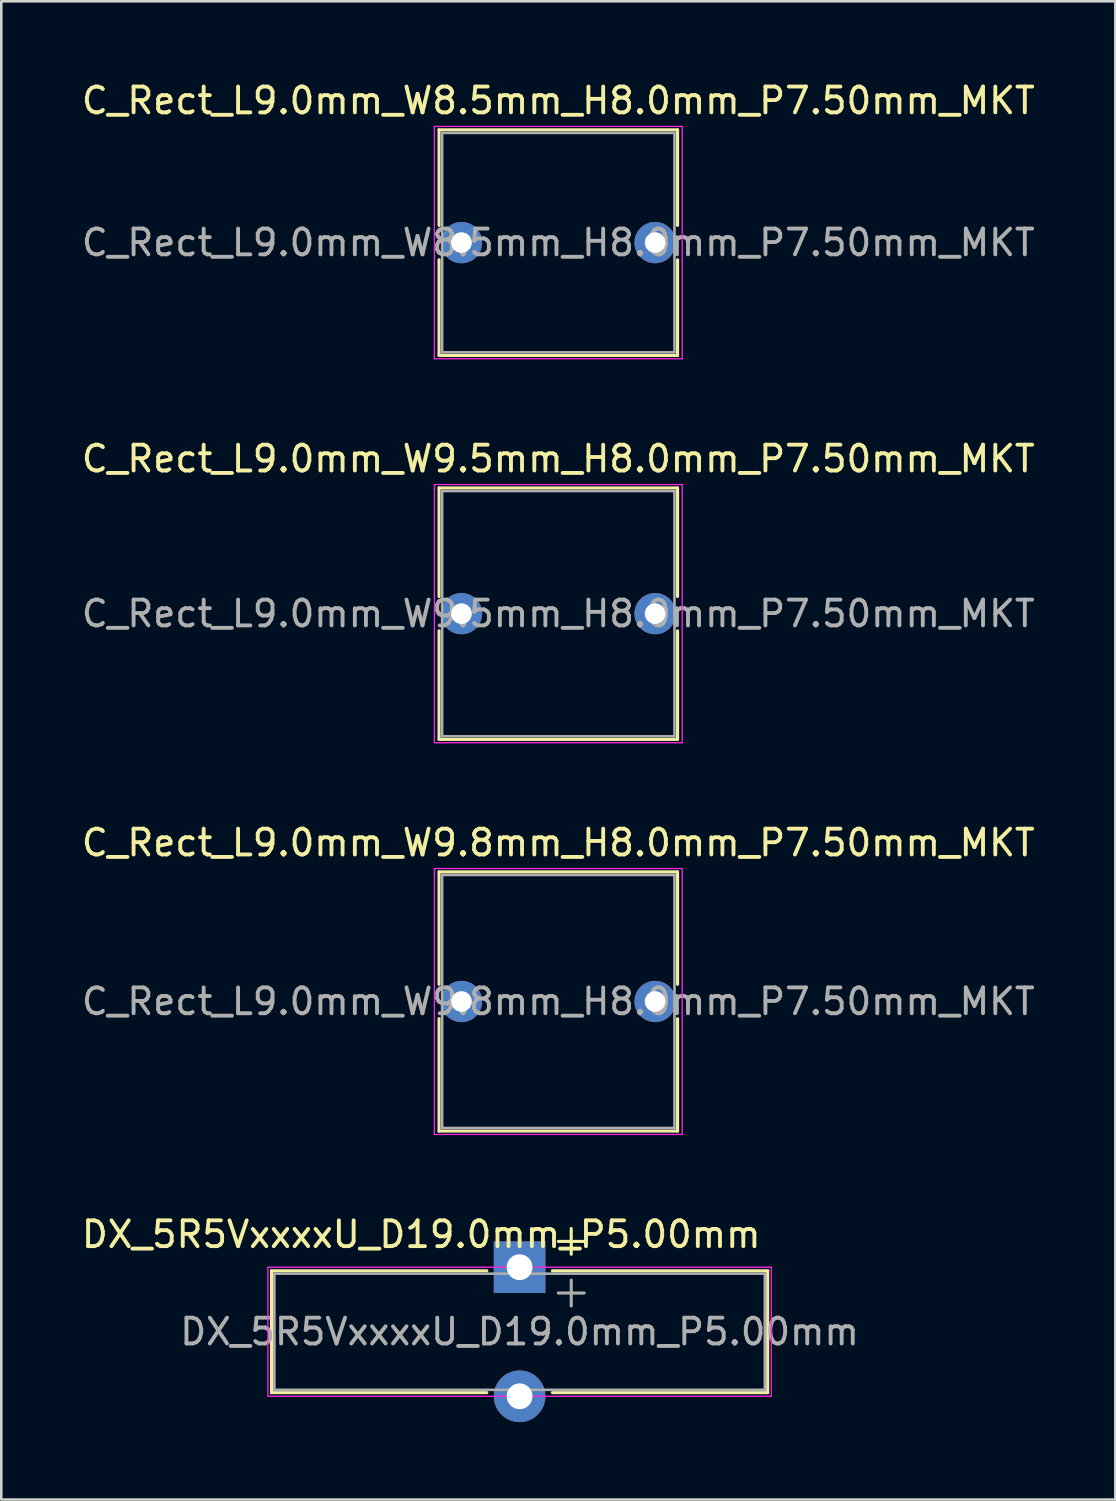
<source format=kicad_pcb>
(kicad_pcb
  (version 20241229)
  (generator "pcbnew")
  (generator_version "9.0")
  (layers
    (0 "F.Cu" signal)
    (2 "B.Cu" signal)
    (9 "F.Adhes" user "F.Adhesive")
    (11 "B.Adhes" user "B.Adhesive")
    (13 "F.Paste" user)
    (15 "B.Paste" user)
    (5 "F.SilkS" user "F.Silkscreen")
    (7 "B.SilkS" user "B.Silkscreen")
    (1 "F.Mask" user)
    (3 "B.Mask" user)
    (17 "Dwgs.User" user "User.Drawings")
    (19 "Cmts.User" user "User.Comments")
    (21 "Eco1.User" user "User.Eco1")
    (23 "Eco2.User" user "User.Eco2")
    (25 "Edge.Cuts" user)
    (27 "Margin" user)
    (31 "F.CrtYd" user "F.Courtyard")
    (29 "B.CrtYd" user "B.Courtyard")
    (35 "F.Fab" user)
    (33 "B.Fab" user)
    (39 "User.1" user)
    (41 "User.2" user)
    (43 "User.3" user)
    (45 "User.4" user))
  (footprint "C_Rect_L9.0mm_W9.5mm_H8.0mm_P7.50mm_MKT"
    (layer "F.Cu")
    (at 14.827 20.721)
    (property "Reference" "C_Rect_L9.0mm_W9.5mm_H8.0mm_P7.50mm_MKT" (at 3.75 -6 0) (layer "F.SilkS") (effects (font (size 1 1) (thickness 0.15))))
    (attr through_hole)
    (fp_line (start -0.87 -4.87) (end -0.87 -0.665) (stroke (width 0.12) (type solid)) (layer "F.SilkS"))
    (fp_line (start -0.87 -4.87) (end 8.37 -4.87) (stroke (width 0.12) (type solid)) (layer "F.SilkS"))
    (fp_line (start -0.87 0.665) (end -0.87 4.87) (stroke (width 0.12) (type solid)) (layer "F.SilkS"))
    (fp_line (start -0.87 4.87) (end 8.37 4.87) (stroke (width 0.12) (type solid)) (layer "F.SilkS"))
    (fp_line (start 8.37 -4.87) (end 8.37 -0.665) (stroke (width 0.12) (type solid)) (layer "F.SilkS"))
    (fp_line (start 8.37 0.665) (end 8.37 4.87) (stroke (width 0.12) (type solid)) (layer "F.SilkS"))
    (fp_line (start -1.05 -5) (end -1.05 5) (stroke (width 0.05) (type solid)) (layer "F.CrtYd"))
    (fp_line (start -1.05 5) (end 8.55 5) (stroke (width 0.05) (type solid)) (layer "F.CrtYd"))
    (fp_line (start 8.55 -5) (end -1.05 -5) (stroke (width 0.05) (type solid)) (layer "F.CrtYd"))
    (fp_line (start 8.55 5) (end 8.55 -5) (stroke (width 0.05) (type solid)) (layer "F.CrtYd"))
    (fp_line (start -0.75 -4.75) (end -0.75 4.75) (stroke (width 0.1) (type solid)) (layer "F.Fab"))
    (fp_line (start -0.75 4.75) (end 8.25 4.75) (stroke (width 0.1) (type solid)) (layer "F.Fab"))
    (fp_line (start 8.25 -4.75) (end -0.75 -4.75) (stroke (width 0.1) (type solid)) (layer "F.Fab"))
    (fp_line (start 8.25 4.75) (end 8.25 -4.75) (stroke (width 0.1) (type solid)) (layer "F.Fab"))
    (fp_text user "${REFERENCE}" (at 3.75 0 0) (layer "F.Fab") (effects (font (size 1 1) (thickness 0.15))))
    (pad "1" thru_hole circle (at 0 0) (size 1.6 1.6) (drill 0.8) (layers "*.Cu" "*.Mask"))
    (pad "2" thru_hole circle (at 7.5 0) (size 1.6 1.6) (drill 0.8) (layers "*.Cu" "*.Mask")))
  (footprint "C_Rect_L9.0mm_W8.5mm_H8.0mm_P7.50mm_MKT"
    (layer "F.Cu")
    (at 14.827 6.348)
    (property "Reference" "C_Rect_L9.0mm_W8.5mm_H8.0mm_P7.50mm_MKT" (at 3.75 -5.5 0) (layer "F.SilkS") (effects (font (size 1 1) (thickness 0.15))))
    (attr through_hole)
    (fp_line (start -0.87 -4.37) (end -0.87 -0.665) (stroke (width 0.12) (type solid)) (layer "F.SilkS"))
    (fp_line (start -0.87 -4.37) (end 8.37 -4.37) (stroke (width 0.12) (type solid)) (layer "F.SilkS"))
    (fp_line (start -0.87 0.665) (end -0.87 4.37) (stroke (width 0.12) (type solid)) (layer "F.SilkS"))
    (fp_line (start -0.87 4.37) (end 8.37 4.37) (stroke (width 0.12) (type solid)) (layer "F.SilkS"))
    (fp_line (start 8.37 -4.37) (end 8.37 -0.665) (stroke (width 0.12) (type solid)) (layer "F.SilkS"))
    (fp_line (start 8.37 0.665) (end 8.37 4.37) (stroke (width 0.12) (type solid)) (layer "F.SilkS"))
    (fp_line (start -1.05 -4.5) (end -1.05 4.5) (stroke (width 0.05) (type solid)) (layer "F.CrtYd"))
    (fp_line (start -1.05 4.5) (end 8.55 4.5) (stroke (width 0.05) (type solid)) (layer "F.CrtYd"))
    (fp_line (start 8.55 -4.5) (end -1.05 -4.5) (stroke (width 0.05) (type solid)) (layer "F.CrtYd"))
    (fp_line (start 8.55 4.5) (end 8.55 -4.5) (stroke (width 0.05) (type solid)) (layer "F.CrtYd"))
    (fp_line (start -0.75 -4.25) (end -0.75 4.25) (stroke (width 0.1) (type solid)) (layer "F.Fab"))
    (fp_line (start -0.75 4.25) (end 8.25 4.25) (stroke (width 0.1) (type solid)) (layer "F.Fab"))
    (fp_line (start 8.25 -4.25) (end -0.75 -4.25) (stroke (width 0.1) (type solid)) (layer "F.Fab"))
    (fp_line (start 8.25 4.25) (end 8.25 -4.25) (stroke (width 0.1) (type solid)) (layer "F.Fab"))
    (fp_text user "${REFERENCE}" (at 3.75 0 0) (layer "F.Fab") (effects (font (size 1 1) (thickness 0.15))))
    (pad "1" thru_hole circle (at 0 0) (size 1.6 1.6) (drill 0.8) (layers "*.Cu" "*.Mask"))
    (pad "2" thru_hole circle (at 7.5 0) (size 1.6 1.6) (drill 0.8) (layers "*.Cu" "*.Mask")))
  (footprint "DX_5R5VxxxxU_D19.0mm_P5.00mm"
    (layer "F.Cu")
    (at 17.078 46.038)
    (property "Reference" "DX_5R5VxxxxU_D19.0mm_P5.00mm" (at -3.81 -1.27 0) (layer "F.SilkS") (effects (font (size 1 1) (thickness 0.15))))
    (attr through_hole)
    (fp_line (start -9.61 0.14) (end -9.61 4.86) (stroke (width 0.12) (type solid)) (layer "F.SilkS"))
    (fp_line (start -9.61 0.14) (end -1.27 0.14) (stroke (width 0.12) (type solid)) (layer "F.SilkS"))
    (fp_line (start -1.27 4.86) (end -9.61 4.86) (stroke (width 0.12) (type solid)) (layer "F.SilkS"))
    (fp_line (start 1.27 0.14) (end 9.61 0.14) (stroke (width 0.12) (type solid)) (layer "F.SilkS"))
    (fp_line (start 1.5 -1) (end 2.5 -1) (stroke (width 0.12) (type solid)) (layer "F.SilkS"))
    (fp_line (start 2 -1.5) (end 2 -0.5) (stroke (width 0.12) (type solid)) (layer "F.SilkS"))
    (fp_line (start 9.61 0.14) (end 9.61 4.86) (stroke (width 0.12) (type solid)) (layer "F.SilkS"))
    (fp_line (start 9.61 4.86) (end 1.27 4.86) (stroke (width 0.12) (type solid)) (layer "F.SilkS"))
    (fp_line (start -9.75 0) (end -9.75 5) (stroke (width 0.05) (type solid)) (layer "F.CrtYd"))
    (fp_line (start -9.75 0) (end 9.75 0) (stroke (width 0.05) (type solid)) (layer "F.CrtYd"))
    (fp_line (start 9.75 0) (end 9.75 5) (stroke (width 0.05) (type solid)) (layer "F.CrtYd"))
    (fp_line (start 9.75 5) (end -9.75 5) (stroke (width 0.05) (type solid)) (layer "F.CrtYd"))
    (fp_line (start -9.5 0.25) (end -9.5 4.75) (stroke (width 0.1) (type solid)) (layer "F.Fab"))
    (fp_line (start -9.5 0.25) (end 9.5 0.25) (stroke (width 0.1) (type solid)) (layer "F.Fab"))
    (fp_line (start -9.5 4.75) (end 9.5 4.75) (stroke (width 0.1) (type solid)) (layer "F.Fab"))
    (fp_line (start 1.5 1) (end 2.5 1) (stroke (width 0.12) (type solid)) (layer "F.Fab"))
    (fp_line (start 2 0.5) (end 2 1.5) (stroke (width 0.12) (type solid)) (layer "F.Fab"))
    (fp_line (start 9.5 0.25) (end 9.5 4.75) (stroke (width 0.1) (type solid)) (layer "F.Fab"))
    (fp_text user "${REFERENCE}" (at 0 2.5 0) (layer "F.Fab") (effects (font (size 1 1) (thickness 0.15))))
    (pad "1" thru_hole rect (at 0 0) (size 2 2) (drill 1) (layers "*.Cu" "*.Mask"))
    (pad "2" thru_hole circle (at 0 5) (size 2 2) (drill 1) (layers "*.Cu" "*.Mask")))
  (footprint "C_Rect_L9.0mm_W9.8mm_H8.0mm_P7.50mm_MKT"
    (layer "F.Cu")
    (at 14.827 35.745)
    (property "Reference" "C_Rect_L9.0mm_W9.8mm_H8.0mm_P7.50mm_MKT" (at 3.75 -6.15 0) (layer "F.SilkS") (effects (font (size 1 1) (thickness 0.15))))
    (attr through_hole)
    (fp_line (start -0.87 -5.02) (end -0.87 -0.665) (stroke (width 0.12) (type solid)) (layer "F.SilkS"))
    (fp_line (start -0.87 -5.02) (end 8.37 -5.02) (stroke (width 0.12) (type solid)) (layer "F.SilkS"))
    (fp_line (start -0.87 0.665) (end -0.87 5.02) (stroke (width 0.12) (type solid)) (layer "F.SilkS"))
    (fp_line (start -0.87 5.02) (end 8.37 5.02) (stroke (width 0.12) (type solid)) (layer "F.SilkS"))
    (fp_line (start 8.37 -5.02) (end 8.37 -0.665) (stroke (width 0.12) (type solid)) (layer "F.SilkS"))
    (fp_line (start 8.37 0.665) (end 8.37 5.02) (stroke (width 0.12) (type solid)) (layer "F.SilkS"))
    (fp_line (start -1.05 -5.15) (end -1.05 5.15) (stroke (width 0.05) (type solid)) (layer "F.CrtYd"))
    (fp_line (start -1.05 5.15) (end 8.55 5.15) (stroke (width 0.05) (type solid)) (layer "F.CrtYd"))
    (fp_line (start 8.55 -5.15) (end -1.05 -5.15) (stroke (width 0.05) (type solid)) (layer "F.CrtYd"))
    (fp_line (start 8.55 5.15) (end 8.55 -5.15) (stroke (width 0.05) (type solid)) (layer "F.CrtYd"))
    (fp_line (start -0.75 -4.9) (end -0.75 4.9) (stroke (width 0.1) (type solid)) (layer "F.Fab"))
    (fp_line (start -0.75 4.9) (end 8.25 4.9) (stroke (width 0.1) (type solid)) (layer "F.Fab"))
    (fp_line (start 8.25 -4.9) (end -0.75 -4.9) (stroke (width 0.1) (type solid)) (layer "F.Fab"))
    (fp_line (start 8.25 4.9) (end 8.25 -4.9) (stroke (width 0.1) (type solid)) (layer "F.Fab"))
    (fp_text user "${REFERENCE}" (at 3.75 0 0) (layer "F.Fab") (effects (font (size 1 1) (thickness 0.15))))
    (pad "1" thru_hole circle (at 0 0) (size 1.6 1.6) (drill 0.8) (layers "*.Cu" "*.Mask"))
    (pad "2" thru_hole circle (at 7.5 0) (size 1.6 1.6) (drill 0.8) (layers "*.Cu" "*.Mask")))
  (gr_rect
    (start -3 -3)
    (end 40.155 55.038)
    (stroke (width 0.1) (type default))
    (fill no)
    (layer "Edge.Cuts")))
</source>
